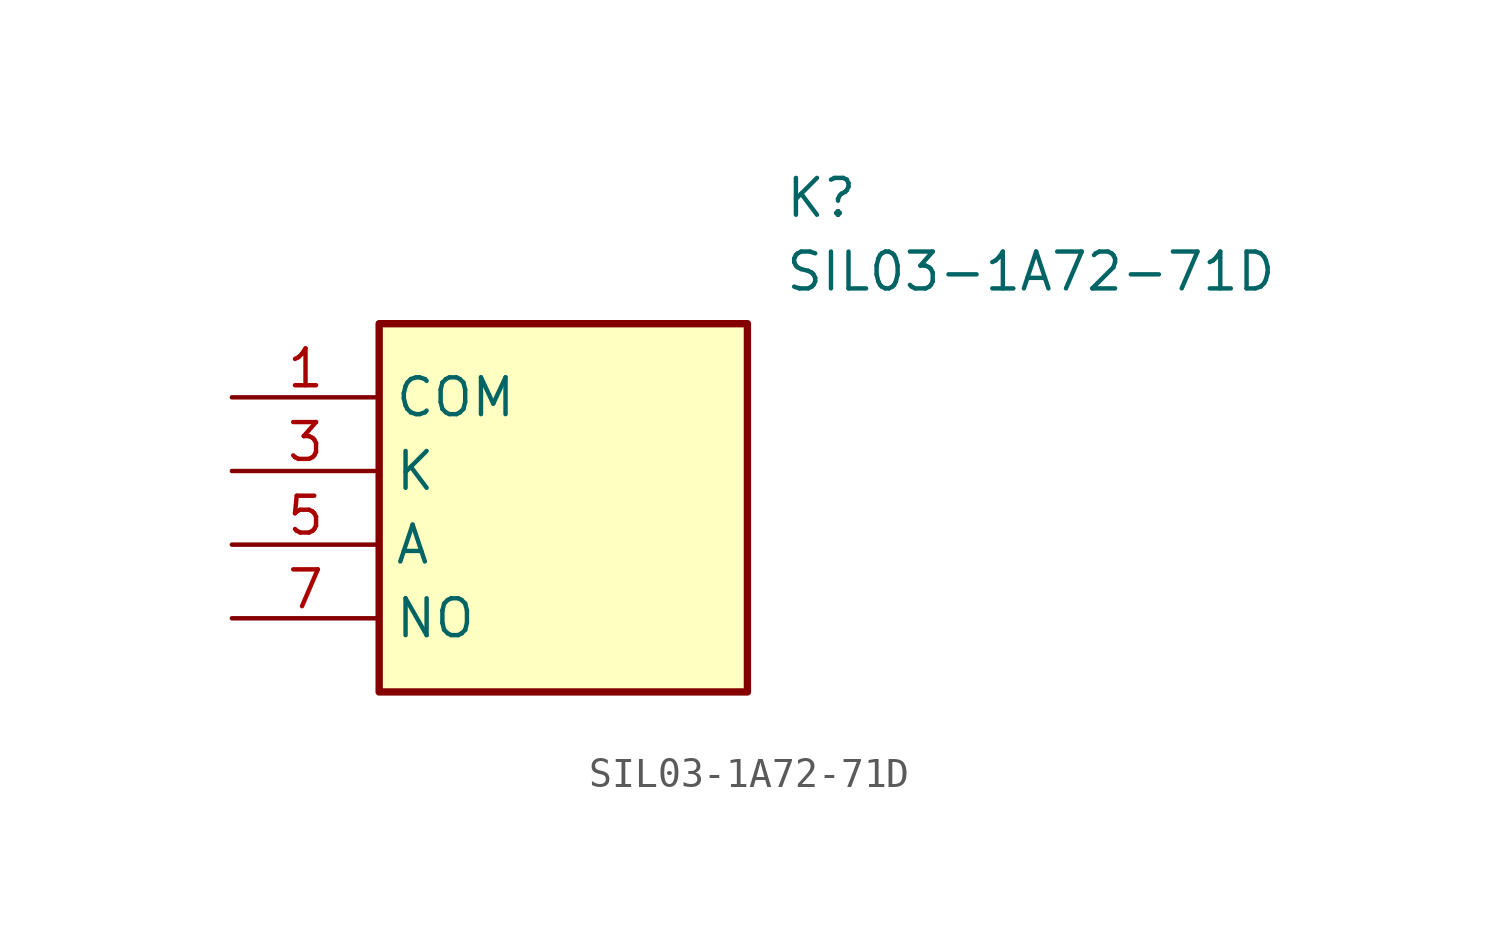
<source format=kicad_sym>
(kicad_symbol_lib
  (version 20211014)
  (generator SamacSys_ECAD_Model)
  (symbol "SIL03-1A72-71D"
    (property "Reference" "K"
      (at 19.05 7.62 0)
      (effects (font (size 1.27 1.27)) (justify left top)))
    (property "Value" "SIL03-1A72-71D"
      (at 19.05 5.08 0)
      (effects (font (size 1.27 1.27)) (justify left top)))
    (rectangle
      (start 5.08 2.54)
      (end 17.78 -10.16)
      (stroke (width 0.254) (type default))
      (fill (type background)))
    (pin passive line
      (at 0 0 0)
      (length 5.08)
      (name "COM" (effects (font (size 1.27 1.27))))
      (number "1" (effects (font (size 1.27 1.27)))))
    (pin passive line
      (at 0 -2.54 0)
      (length 5.08)
      (name "K" (effects (font (size 1.27 1.27))))
      (number "3" (effects (font (size 1.27 1.27)))))
    (pin passive line
      (at 0 -5.08 0)
      (length 5.08)
      (name "A" (effects (font (size 1.27 1.27))))
      (number "5" (effects (font (size 1.27 1.27)))))
    (pin passive line
      (at 0 -7.62 0)
      (length 5.08)
      (name "NO" (effects (font (size 1.27 1.27))))
      (number "7" (effects (font (size 1.27 1.27)))))))
</source>
